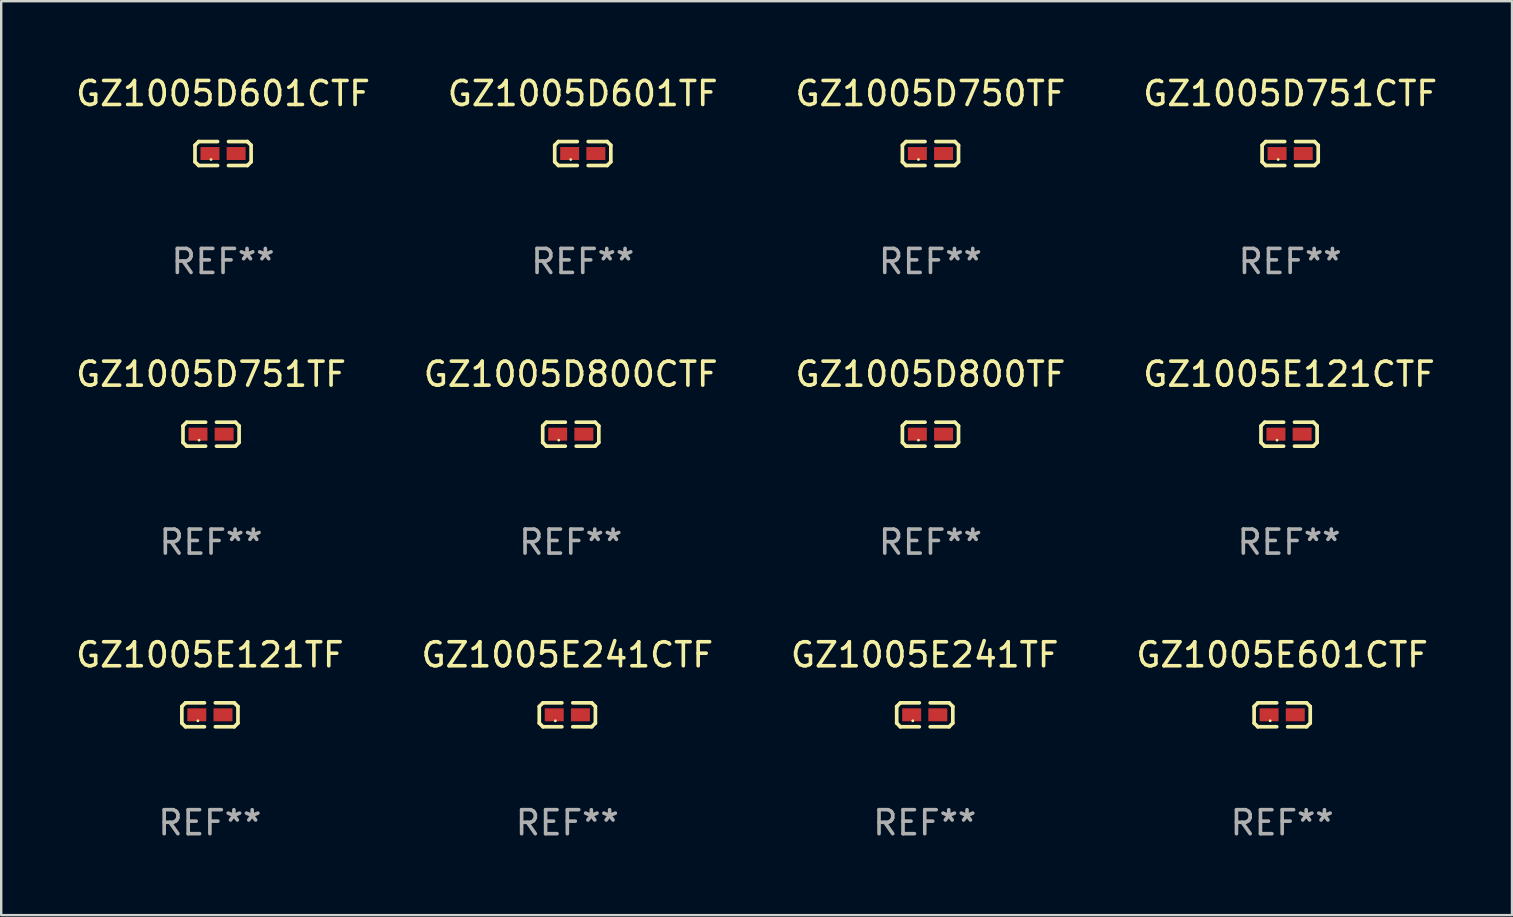
<source format=kicad_pcb>
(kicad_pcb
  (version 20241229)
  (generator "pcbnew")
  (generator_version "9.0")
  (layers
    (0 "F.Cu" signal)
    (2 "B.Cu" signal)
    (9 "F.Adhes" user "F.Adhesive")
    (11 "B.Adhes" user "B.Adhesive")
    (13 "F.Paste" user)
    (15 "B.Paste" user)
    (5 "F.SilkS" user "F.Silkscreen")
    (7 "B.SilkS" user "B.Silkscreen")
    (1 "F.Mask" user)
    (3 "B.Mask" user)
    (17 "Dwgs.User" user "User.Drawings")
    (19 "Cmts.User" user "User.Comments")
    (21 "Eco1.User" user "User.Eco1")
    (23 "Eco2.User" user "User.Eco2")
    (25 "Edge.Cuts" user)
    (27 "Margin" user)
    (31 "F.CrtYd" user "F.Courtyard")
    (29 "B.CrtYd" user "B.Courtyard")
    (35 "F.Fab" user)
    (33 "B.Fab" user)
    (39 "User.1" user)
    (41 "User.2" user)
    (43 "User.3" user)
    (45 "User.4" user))
  (footprint "GZ1005D800CTF"
    (layer "F.Cu")
    (at 20.732 15.041)
    (property "Reference" "GZ1005D800CTF" (at 0 -2.499 0) (layer "F.SilkS") (effects (font (size 1 1) (thickness 0.15))))
    (attr through_hole)
    (fp_line (start -1.169 -0.346) (end -1.016 -0.499) (stroke (width 0.152) (type solid)) (layer "F.SilkS"))
    (fp_line (start -1.169 0.346) (end -1.169 -0.346) (stroke (width 0.152) (type solid)) (layer "F.SilkS"))
    (fp_line (start -1.016 -0.499) (end -0.226 -0.499) (stroke (width 0.152) (type solid)) (layer "F.SilkS"))
    (fp_line (start -1.016 0.499) (end -1.169 0.346) (stroke (width 0.152) (type solid)) (layer "F.SilkS"))
    (fp_line (start -0.226 0.499) (end -1.016 0.499) (stroke (width 0.152) (type solid)) (layer "F.SilkS"))
    (fp_line (start 0.226 0.499) (end 1.016 0.499) (stroke (width 0.152) (type solid)) (layer "F.SilkS"))
    (fp_line (start 1.016 -0.499) (end 0.226 -0.499) (stroke (width 0.152) (type solid)) (layer "F.SilkS"))
    (fp_line (start 1.016 0.499) (end 1.169 0.346) (stroke (width 0.152) (type solid)) (layer "F.SilkS"))
    (fp_line (start 1.169 -0.346) (end 1.016 -0.499) (stroke (width 0.152) (type solid)) (layer "F.SilkS"))
    (fp_line (start 1.169 0.346) (end 1.169 -0.346) (stroke (width 0.152) (type solid)) (layer "F.SilkS"))
    (fp_circle (center -0.5 0.25) (end -0.47 0.25) (stroke (width 0.06) (type solid)) (fill no) (layer "F.SilkS"))
    (fp_text user "REF**" (at 0 4.499 0) (layer "F.Fab") (effects (font (size 1 1) (thickness 0.15))))
    (pad "1" smd rect (at -0.545 0) (size 0.79 0.54) (layers "F.Cu" "F.Mask" "F.Paste"))
    (pad "2" smd rect (at 0.545 0) (size 0.79 0.54) (layers "F.Cu" "F.Mask" "F.Paste")))
  (footprint "GZ1005D750TF"
    (layer "F.Cu")
    (at 35.72 3.347)
    (property "Reference" "GZ1005D750TF" (at 0 -2.499 0) (layer "F.SilkS") (effects (font (size 1 1) (thickness 0.15))))
    (attr through_hole)
    (fp_line (start -1.169 -0.346) (end -1.016 -0.499) (stroke (width 0.152) (type solid)) (layer "F.SilkS"))
    (fp_line (start -1.169 0.346) (end -1.169 -0.346) (stroke (width 0.152) (type solid)) (layer "F.SilkS"))
    (fp_line (start -1.016 -0.499) (end -0.226 -0.499) (stroke (width 0.152) (type solid)) (layer "F.SilkS"))
    (fp_line (start -1.016 0.499) (end -1.169 0.346) (stroke (width 0.152) (type solid)) (layer "F.SilkS"))
    (fp_line (start -0.226 0.499) (end -1.016 0.499) (stroke (width 0.152) (type solid)) (layer "F.SilkS"))
    (fp_line (start 0.226 0.499) (end 1.016 0.499) (stroke (width 0.152) (type solid)) (layer "F.SilkS"))
    (fp_line (start 1.016 -0.499) (end 0.226 -0.499) (stroke (width 0.152) (type solid)) (layer "F.SilkS"))
    (fp_line (start 1.016 0.499) (end 1.169 0.346) (stroke (width 0.152) (type solid)) (layer "F.SilkS"))
    (fp_line (start 1.169 -0.346) (end 1.016 -0.499) (stroke (width 0.152) (type solid)) (layer "F.SilkS"))
    (fp_line (start 1.169 0.346) (end 1.169 -0.346) (stroke (width 0.152) (type solid)) (layer "F.SilkS"))
    (fp_circle (center -0.5 0.25) (end -0.47 0.25) (stroke (width 0.06) (type solid)) (fill no) (layer "F.SilkS"))
    (fp_text user "REF**" (at 0 4.499 0) (layer "F.Fab") (effects (font (size 1 1) (thickness 0.15))))
    (pad "1" smd rect (at -0.545 0) (size 0.79 0.54) (layers "F.Cu" "F.Mask" "F.Paste"))
    (pad "2" smd rect (at 0.545 0) (size 0.79 0.54) (layers "F.Cu" "F.Mask" "F.Paste")))
  (footprint "GZ1005E601CTF"
    (layer "F.Cu")
    (at 50.375 26.734)
    (property "Reference" "GZ1005E601CTF" (at 0 -2.499 0) (layer "F.SilkS") (effects (font (size 1 1) (thickness 0.15))))
    (attr through_hole)
    (fp_line (start -1.169 -0.346) (end -1.016 -0.499) (stroke (width 0.152) (type solid)) (layer "F.SilkS"))
    (fp_line (start -1.169 0.346) (end -1.169 -0.346) (stroke (width 0.152) (type solid)) (layer "F.SilkS"))
    (fp_line (start -1.016 -0.499) (end -0.226 -0.499) (stroke (width 0.152) (type solid)) (layer "F.SilkS"))
    (fp_line (start -1.016 0.499) (end -1.169 0.346) (stroke (width 0.152) (type solid)) (layer "F.SilkS"))
    (fp_line (start -0.226 0.499) (end -1.016 0.499) (stroke (width 0.152) (type solid)) (layer "F.SilkS"))
    (fp_line (start 0.226 0.499) (end 1.016 0.499) (stroke (width 0.152) (type solid)) (layer "F.SilkS"))
    (fp_line (start 1.016 -0.499) (end 0.226 -0.499) (stroke (width 0.152) (type solid)) (layer "F.SilkS"))
    (fp_line (start 1.016 0.499) (end 1.169 0.346) (stroke (width 0.152) (type solid)) (layer "F.SilkS"))
    (fp_line (start 1.169 -0.346) (end 1.016 -0.499) (stroke (width 0.152) (type solid)) (layer "F.SilkS"))
    (fp_line (start 1.169 0.346) (end 1.169 -0.346) (stroke (width 0.152) (type solid)) (layer "F.SilkS"))
    (fp_circle (center -0.5 0.25) (end -0.47 0.25) (stroke (width 0.06) (type solid)) (fill no) (layer "F.SilkS"))
    (fp_text user "REF**" (at 0 4.499 0) (layer "F.Fab") (effects (font (size 1 1) (thickness 0.15))))
    (pad "1" smd rect (at -0.545 0) (size 0.79 0.54) (layers "F.Cu" "F.Mask" "F.Paste"))
    (pad "2" smd rect (at 0.545 0) (size 0.79 0.54) (layers "F.Cu" "F.Mask" "F.Paste")))
  (footprint "GZ1005D751CTF"
    (layer "F.Cu")
    (at 50.708 3.347)
    (property "Reference" "GZ1005D751CTF" (at 0 -2.499 0) (layer "F.SilkS") (effects (font (size 1 1) (thickness 0.15))))
    (attr through_hole)
    (fp_line (start -1.169 -0.346) (end -1.016 -0.499) (stroke (width 0.152) (type solid)) (layer "F.SilkS"))
    (fp_line (start -1.169 0.346) (end -1.169 -0.346) (stroke (width 0.152) (type solid)) (layer "F.SilkS"))
    (fp_line (start -1.016 -0.499) (end -0.226 -0.499) (stroke (width 0.152) (type solid)) (layer "F.SilkS"))
    (fp_line (start -1.016 0.499) (end -1.169 0.346) (stroke (width 0.152) (type solid)) (layer "F.SilkS"))
    (fp_line (start -0.226 0.499) (end -1.016 0.499) (stroke (width 0.152) (type solid)) (layer "F.SilkS"))
    (fp_line (start 0.226 0.499) (end 1.016 0.499) (stroke (width 0.152) (type solid)) (layer "F.SilkS"))
    (fp_line (start 1.016 -0.499) (end 0.226 -0.499) (stroke (width 0.152) (type solid)) (layer "F.SilkS"))
    (fp_line (start 1.016 0.499) (end 1.169 0.346) (stroke (width 0.152) (type solid)) (layer "F.SilkS"))
    (fp_line (start 1.169 -0.346) (end 1.016 -0.499) (stroke (width 0.152) (type solid)) (layer "F.SilkS"))
    (fp_line (start 1.169 0.346) (end 1.169 -0.346) (stroke (width 0.152) (type solid)) (layer "F.SilkS"))
    (fp_circle (center -0.5 0.25) (end -0.47 0.25) (stroke (width 0.06) (type solid)) (fill no) (layer "F.SilkS"))
    (fp_text user "REF**" (at 0 4.499 0) (layer "F.Fab") (effects (font (size 1 1) (thickness 0.15))))
    (pad "1" smd rect (at -0.545 0) (size 0.79 0.54) (layers "F.Cu" "F.Mask" "F.Paste"))
    (pad "2" smd rect (at 0.545 0) (size 0.79 0.54) (layers "F.Cu" "F.Mask" "F.Paste")))
  (footprint "GZ1005E121CTF"
    (layer "F.Cu")
    (at 50.661 15.041)
    (property "Reference" "GZ1005E121CTF" (at 0 -2.499 0) (layer "F.SilkS") (effects (font (size 1 1) (thickness 0.15))))
    (attr through_hole)
    (fp_line (start -1.169 -0.346) (end -1.016 -0.499) (stroke (width 0.152) (type solid)) (layer "F.SilkS"))
    (fp_line (start -1.169 0.346) (end -1.169 -0.346) (stroke (width 0.152) (type solid)) (layer "F.SilkS"))
    (fp_line (start -1.016 -0.499) (end -0.226 -0.499) (stroke (width 0.152) (type solid)) (layer "F.SilkS"))
    (fp_line (start -1.016 0.499) (end -1.169 0.346) (stroke (width 0.152) (type solid)) (layer "F.SilkS"))
    (fp_line (start -0.226 0.499) (end -1.016 0.499) (stroke (width 0.152) (type solid)) (layer "F.SilkS"))
    (fp_line (start 0.226 0.499) (end 1.016 0.499) (stroke (width 0.152) (type solid)) (layer "F.SilkS"))
    (fp_line (start 1.016 -0.499) (end 0.226 -0.499) (stroke (width 0.152) (type solid)) (layer "F.SilkS"))
    (fp_line (start 1.016 0.499) (end 1.169 0.346) (stroke (width 0.152) (type solid)) (layer "F.SilkS"))
    (fp_line (start 1.169 -0.346) (end 1.016 -0.499) (stroke (width 0.152) (type solid)) (layer "F.SilkS"))
    (fp_line (start 1.169 0.346) (end 1.169 -0.346) (stroke (width 0.152) (type solid)) (layer "F.SilkS"))
    (fp_circle (center -0.5 0.25) (end -0.47 0.25) (stroke (width 0.06) (type solid)) (fill no) (layer "F.SilkS"))
    (fp_text user "REF**" (at 0 4.499 0) (layer "F.Fab") (effects (font (size 1 1) (thickness 0.15))))
    (pad "1" smd rect (at -0.545 0) (size 0.79 0.54) (layers "F.Cu" "F.Mask" "F.Paste"))
    (pad "2" smd rect (at 0.545 0) (size 0.79 0.54) (layers "F.Cu" "F.Mask" "F.Paste")))
  (footprint "GZ1005D800TF"
    (layer "F.Cu")
    (at 35.72 15.041)
    (property "Reference" "GZ1005D800TF" (at 0 -2.499 0) (layer "F.SilkS") (effects (font (size 1 1) (thickness 0.15))))
    (attr through_hole)
    (fp_line (start -1.169 -0.346) (end -1.016 -0.499) (stroke (width 0.152) (type solid)) (layer "F.SilkS"))
    (fp_line (start -1.169 0.346) (end -1.169 -0.346) (stroke (width 0.152) (type solid)) (layer "F.SilkS"))
    (fp_line (start -1.016 -0.499) (end -0.226 -0.499) (stroke (width 0.152) (type solid)) (layer "F.SilkS"))
    (fp_line (start -1.016 0.499) (end -1.169 0.346) (stroke (width 0.152) (type solid)) (layer "F.SilkS"))
    (fp_line (start -0.226 0.499) (end -1.016 0.499) (stroke (width 0.152) (type solid)) (layer "F.SilkS"))
    (fp_line (start 0.226 0.499) (end 1.016 0.499) (stroke (width 0.152) (type solid)) (layer "F.SilkS"))
    (fp_line (start 1.016 -0.499) (end 0.226 -0.499) (stroke (width 0.152) (type solid)) (layer "F.SilkS"))
    (fp_line (start 1.016 0.499) (end 1.169 0.346) (stroke (width 0.152) (type solid)) (layer "F.SilkS"))
    (fp_line (start 1.169 -0.346) (end 1.016 -0.499) (stroke (width 0.152) (type solid)) (layer "F.SilkS"))
    (fp_line (start 1.169 0.346) (end 1.169 -0.346) (stroke (width 0.152) (type solid)) (layer "F.SilkS"))
    (fp_circle (center -0.5 0.25) (end -0.47 0.25) (stroke (width 0.06) (type solid)) (fill no) (layer "F.SilkS"))
    (fp_text user "REF**" (at 0 4.499 0) (layer "F.Fab") (effects (font (size 1 1) (thickness 0.15))))
    (pad "1" smd rect (at -0.545 0) (size 0.79 0.54) (layers "F.Cu" "F.Mask" "F.Paste"))
    (pad "2" smd rect (at 0.545 0) (size 0.79 0.54) (layers "F.Cu" "F.Mask" "F.Paste")))
  (footprint "GZ1005E241TF"
    (layer "F.Cu")
    (at 35.482 26.734)
    (property "Reference" "GZ1005E241TF" (at 0 -2.499 0) (layer "F.SilkS") (effects (font (size 1 1) (thickness 0.15))))
    (attr through_hole)
    (fp_line (start -1.169 -0.346) (end -1.016 -0.499) (stroke (width 0.152) (type solid)) (layer "F.SilkS"))
    (fp_line (start -1.169 0.346) (end -1.169 -0.346) (stroke (width 0.152) (type solid)) (layer "F.SilkS"))
    (fp_line (start -1.016 -0.499) (end -0.226 -0.499) (stroke (width 0.152) (type solid)) (layer "F.SilkS"))
    (fp_line (start -1.016 0.499) (end -1.169 0.346) (stroke (width 0.152) (type solid)) (layer "F.SilkS"))
    (fp_line (start -0.226 0.499) (end -1.016 0.499) (stroke (width 0.152) (type solid)) (layer "F.SilkS"))
    (fp_line (start 0.226 0.499) (end 1.016 0.499) (stroke (width 0.152) (type solid)) (layer "F.SilkS"))
    (fp_line (start 1.016 -0.499) (end 0.226 -0.499) (stroke (width 0.152) (type solid)) (layer "F.SilkS"))
    (fp_line (start 1.016 0.499) (end 1.169 0.346) (stroke (width 0.152) (type solid)) (layer "F.SilkS"))
    (fp_line (start 1.169 -0.346) (end 1.016 -0.499) (stroke (width 0.152) (type solid)) (layer "F.SilkS"))
    (fp_line (start 1.169 0.346) (end 1.169 -0.346) (stroke (width 0.152) (type solid)) (layer "F.SilkS"))
    (fp_circle (center -0.5 0.25) (end -0.47 0.25) (stroke (width 0.06) (type solid)) (fill no) (layer "F.SilkS"))
    (fp_text user "REF**" (at 0 4.499 0) (layer "F.Fab") (effects (font (size 1 1) (thickness 0.15))))
    (pad "1" smd rect (at -0.545 0) (size 0.79 0.54) (layers "F.Cu" "F.Mask" "F.Paste"))
    (pad "2" smd rect (at 0.545 0) (size 0.79 0.54) (layers "F.Cu" "F.Mask" "F.Paste")))
  (footprint "GZ1005E121TF"
    (layer "F.Cu")
    (at 5.696 26.734)
    (property "Reference" "GZ1005E121TF" (at 0 -2.499 0) (layer "F.SilkS") (effects (font (size 1 1) (thickness 0.15))))
    (attr through_hole)
    (fp_line (start -1.169 -0.346) (end -1.016 -0.499) (stroke (width 0.152) (type solid)) (layer "F.SilkS"))
    (fp_line (start -1.169 0.346) (end -1.169 -0.346) (stroke (width 0.152) (type solid)) (layer "F.SilkS"))
    (fp_line (start -1.016 -0.499) (end -0.226 -0.499) (stroke (width 0.152) (type solid)) (layer "F.SilkS"))
    (fp_line (start -1.016 0.499) (end -1.169 0.346) (stroke (width 0.152) (type solid)) (layer "F.SilkS"))
    (fp_line (start -0.226 0.499) (end -1.016 0.499) (stroke (width 0.152) (type solid)) (layer "F.SilkS"))
    (fp_line (start 0.226 0.499) (end 1.016 0.499) (stroke (width 0.152) (type solid)) (layer "F.SilkS"))
    (fp_line (start 1.016 -0.499) (end 0.226 -0.499) (stroke (width 0.152) (type solid)) (layer "F.SilkS"))
    (fp_line (start 1.016 0.499) (end 1.169 0.346) (stroke (width 0.152) (type solid)) (layer "F.SilkS"))
    (fp_line (start 1.169 -0.346) (end 1.016 -0.499) (stroke (width 0.152) (type solid)) (layer "F.SilkS"))
    (fp_line (start 1.169 0.346) (end 1.169 -0.346) (stroke (width 0.152) (type solid)) (layer "F.SilkS"))
    (fp_circle (center -0.5 0.25) (end -0.47 0.25) (stroke (width 0.06) (type solid)) (fill no) (layer "F.SilkS"))
    (fp_text user "REF**" (at 0 4.499 0) (layer "F.Fab") (effects (font (size 1 1) (thickness 0.15))))
    (pad "1" smd rect (at -0.545 0) (size 0.79 0.54) (layers "F.Cu" "F.Mask" "F.Paste"))
    (pad "2" smd rect (at 0.545 0) (size 0.79 0.54) (layers "F.Cu" "F.Mask" "F.Paste")))
  (footprint "GZ1005D601TF"
    (layer "F.Cu")
    (at 21.232 3.347)
    (property "Reference" "GZ1005D601TF" (at 0 -2.499 0) (layer "F.SilkS") (effects (font (size 1 1) (thickness 0.15))))
    (attr through_hole)
    (fp_line (start -1.169 -0.346) (end -1.016 -0.499) (stroke (width 0.152) (type solid)) (layer "F.SilkS"))
    (fp_line (start -1.169 0.346) (end -1.169 -0.346) (stroke (width 0.152) (type solid)) (layer "F.SilkS"))
    (fp_line (start -1.016 -0.499) (end -0.226 -0.499) (stroke (width 0.152) (type solid)) (layer "F.SilkS"))
    (fp_line (start -1.016 0.499) (end -1.169 0.346) (stroke (width 0.152) (type solid)) (layer "F.SilkS"))
    (fp_line (start -0.226 0.499) (end -1.016 0.499) (stroke (width 0.152) (type solid)) (layer "F.SilkS"))
    (fp_line (start 0.226 0.499) (end 1.016 0.499) (stroke (width 0.152) (type solid)) (layer "F.SilkS"))
    (fp_line (start 1.016 -0.499) (end 0.226 -0.499) (stroke (width 0.152) (type solid)) (layer "F.SilkS"))
    (fp_line (start 1.016 0.499) (end 1.169 0.346) (stroke (width 0.152) (type solid)) (layer "F.SilkS"))
    (fp_line (start 1.169 -0.346) (end 1.016 -0.499) (stroke (width 0.152) (type solid)) (layer "F.SilkS"))
    (fp_line (start 1.169 0.346) (end 1.169 -0.346) (stroke (width 0.152) (type solid)) (layer "F.SilkS"))
    (fp_circle (center -0.5 0.25) (end -0.47 0.25) (stroke (width 0.06) (type solid)) (fill no) (layer "F.SilkS"))
    (fp_text user "REF**" (at 0 4.499 0) (layer "F.Fab") (effects (font (size 1 1) (thickness 0.15))))
    (pad "1" smd rect (at -0.545 0) (size 0.79 0.54) (layers "F.Cu" "F.Mask" "F.Paste"))
    (pad "2" smd rect (at 0.545 0) (size 0.79 0.54) (layers "F.Cu" "F.Mask" "F.Paste")))
  (footprint "GZ1005D601CTF"
    (layer "F.Cu")
    (at 6.244 3.347)
    (property "Reference" "GZ1005D601CTF" (at 0 -2.499 0) (layer "F.SilkS") (effects (font (size 1 1) (thickness 0.15))))
    (attr through_hole)
    (fp_line (start -1.169 -0.346) (end -1.016 -0.499) (stroke (width 0.152) (type solid)) (layer "F.SilkS"))
    (fp_line (start -1.169 0.346) (end -1.169 -0.346) (stroke (width 0.152) (type solid)) (layer "F.SilkS"))
    (fp_line (start -1.016 -0.499) (end -0.226 -0.499) (stroke (width 0.152) (type solid)) (layer "F.SilkS"))
    (fp_line (start -1.016 0.499) (end -1.169 0.346) (stroke (width 0.152) (type solid)) (layer "F.SilkS"))
    (fp_line (start -0.226 0.499) (end -1.016 0.499) (stroke (width 0.152) (type solid)) (layer "F.SilkS"))
    (fp_line (start 0.226 0.499) (end 1.016 0.499) (stroke (width 0.152) (type solid)) (layer "F.SilkS"))
    (fp_line (start 1.016 -0.499) (end 0.226 -0.499) (stroke (width 0.152) (type solid)) (layer "F.SilkS"))
    (fp_line (start 1.016 0.499) (end 1.169 0.346) (stroke (width 0.152) (type solid)) (layer "F.SilkS"))
    (fp_line (start 1.169 -0.346) (end 1.016 -0.499) (stroke (width 0.152) (type solid)) (layer "F.SilkS"))
    (fp_line (start 1.169 0.346) (end 1.169 -0.346) (stroke (width 0.152) (type solid)) (layer "F.SilkS"))
    (fp_circle (center -0.5 0.25) (end -0.47 0.25) (stroke (width 0.06) (type solid)) (fill no) (layer "F.SilkS"))
    (fp_text user "REF**" (at 0 4.499 0) (layer "F.Fab") (effects (font (size 1 1) (thickness 0.15))))
    (pad "1" smd rect (at -0.545 0) (size 0.79 0.54) (layers "F.Cu" "F.Mask" "F.Paste"))
    (pad "2" smd rect (at 0.545 0) (size 0.79 0.54) (layers "F.Cu" "F.Mask" "F.Paste")))
  (footprint "GZ1005E241CTF"
    (layer "F.Cu")
    (at 20.589 26.734)
    (property "Reference" "GZ1005E241CTF" (at 0 -2.499 0) (layer "F.SilkS") (effects (font (size 1 1) (thickness 0.15))))
    (attr through_hole)
    (fp_line (start -1.169 -0.346) (end -1.016 -0.499) (stroke (width 0.152) (type solid)) (layer "F.SilkS"))
    (fp_line (start -1.169 0.346) (end -1.169 -0.346) (stroke (width 0.152) (type solid)) (layer "F.SilkS"))
    (fp_line (start -1.016 -0.499) (end -0.226 -0.499) (stroke (width 0.152) (type solid)) (layer "F.SilkS"))
    (fp_line (start -1.016 0.499) (end -1.169 0.346) (stroke (width 0.152) (type solid)) (layer "F.SilkS"))
    (fp_line (start -0.226 0.499) (end -1.016 0.499) (stroke (width 0.152) (type solid)) (layer "F.SilkS"))
    (fp_line (start 0.226 0.499) (end 1.016 0.499) (stroke (width 0.152) (type solid)) (layer "F.SilkS"))
    (fp_line (start 1.016 -0.499) (end 0.226 -0.499) (stroke (width 0.152) (type solid)) (layer "F.SilkS"))
    (fp_line (start 1.016 0.499) (end 1.169 0.346) (stroke (width 0.152) (type solid)) (layer "F.SilkS"))
    (fp_line (start 1.169 -0.346) (end 1.016 -0.499) (stroke (width 0.152) (type solid)) (layer "F.SilkS"))
    (fp_line (start 1.169 0.346) (end 1.169 -0.346) (stroke (width 0.152) (type solid)) (layer "F.SilkS"))
    (fp_circle (center -0.5 0.25) (end -0.47 0.25) (stroke (width 0.06) (type solid)) (fill no) (layer "F.SilkS"))
    (fp_text user "REF**" (at 0 4.499 0) (layer "F.Fab") (effects (font (size 1 1) (thickness 0.15))))
    (pad "1" smd rect (at -0.545 0) (size 0.79 0.54) (layers "F.Cu" "F.Mask" "F.Paste"))
    (pad "2" smd rect (at 0.545 0) (size 0.79 0.54) (layers "F.Cu" "F.Mask" "F.Paste")))
  (footprint "GZ1005D751TF"
    (layer "F.Cu")
    (at 5.744 15.041)
    (property "Reference" "GZ1005D751TF" (at 0 -2.499 0) (layer "F.SilkS") (effects (font (size 1 1) (thickness 0.15))))
    (attr through_hole)
    (fp_line (start -1.169 -0.346) (end -1.016 -0.499) (stroke (width 0.152) (type solid)) (layer "F.SilkS"))
    (fp_line (start -1.169 0.346) (end -1.169 -0.346) (stroke (width 0.152) (type solid)) (layer "F.SilkS"))
    (fp_line (start -1.016 -0.499) (end -0.226 -0.499) (stroke (width 0.152) (type solid)) (layer "F.SilkS"))
    (fp_line (start -1.016 0.499) (end -1.169 0.346) (stroke (width 0.152) (type solid)) (layer "F.SilkS"))
    (fp_line (start -0.226 0.499) (end -1.016 0.499) (stroke (width 0.152) (type solid)) (layer "F.SilkS"))
    (fp_line (start 0.226 0.499) (end 1.016 0.499) (stroke (width 0.152) (type solid)) (layer "F.SilkS"))
    (fp_line (start 1.016 -0.499) (end 0.226 -0.499) (stroke (width 0.152) (type solid)) (layer "F.SilkS"))
    (fp_line (start 1.016 0.499) (end 1.169 0.346) (stroke (width 0.152) (type solid)) (layer "F.SilkS"))
    (fp_line (start 1.169 -0.346) (end 1.016 -0.499) (stroke (width 0.152) (type solid)) (layer "F.SilkS"))
    (fp_line (start 1.169 0.346) (end 1.169 -0.346) (stroke (width 0.152) (type solid)) (layer "F.SilkS"))
    (fp_circle (center -0.5 0.25) (end -0.47 0.25) (stroke (width 0.06) (type solid)) (fill no) (layer "F.SilkS"))
    (fp_text user "REF**" (at 0 4.499 0) (layer "F.Fab") (effects (font (size 1 1) (thickness 0.15))))
    (pad "1" smd rect (at -0.545 0) (size 0.79 0.54) (layers "F.Cu" "F.Mask" "F.Paste"))
    (pad "2" smd rect (at 0.545 0) (size 0.79 0.54) (layers "F.Cu" "F.Mask" "F.Paste")))
  (gr_rect
    (start -3 -3)
    (end 59.952 35.081)
    (stroke (width 0.1) (type default))
    (fill no)
    (layer "Edge.Cuts")))
</source>
